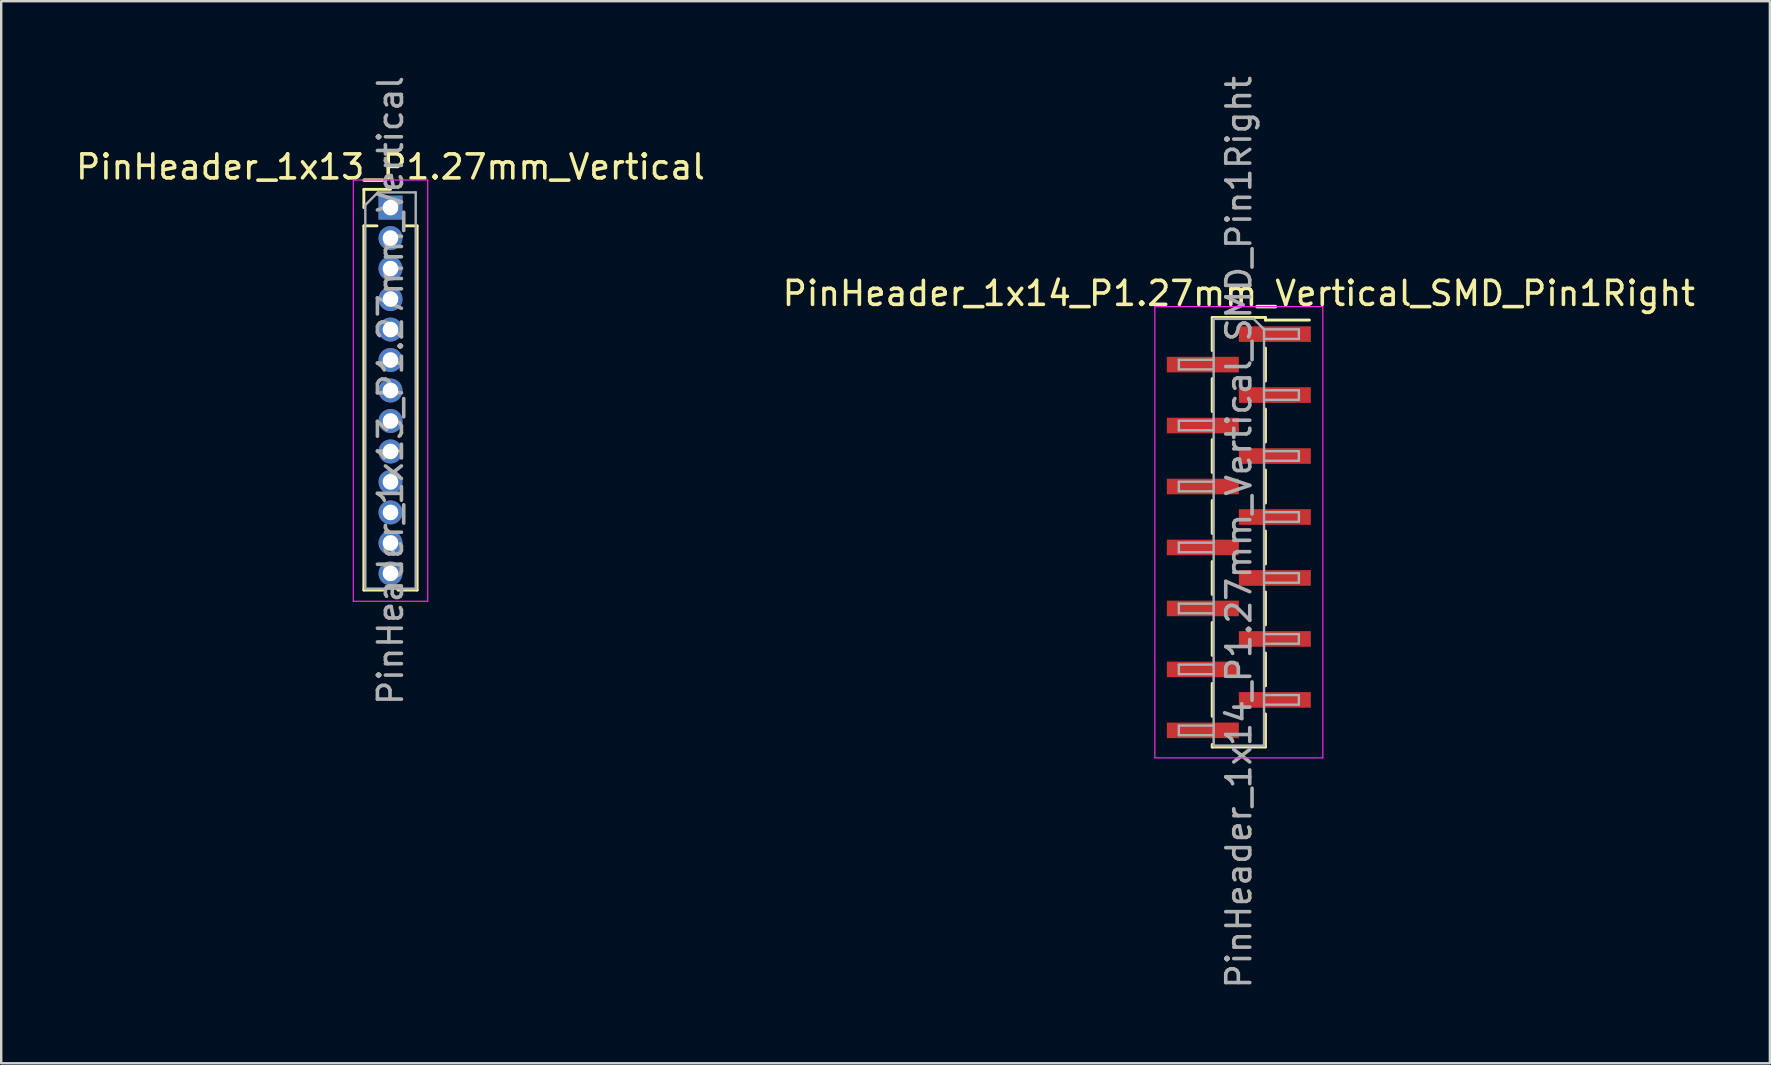
<source format=kicad_pcb>
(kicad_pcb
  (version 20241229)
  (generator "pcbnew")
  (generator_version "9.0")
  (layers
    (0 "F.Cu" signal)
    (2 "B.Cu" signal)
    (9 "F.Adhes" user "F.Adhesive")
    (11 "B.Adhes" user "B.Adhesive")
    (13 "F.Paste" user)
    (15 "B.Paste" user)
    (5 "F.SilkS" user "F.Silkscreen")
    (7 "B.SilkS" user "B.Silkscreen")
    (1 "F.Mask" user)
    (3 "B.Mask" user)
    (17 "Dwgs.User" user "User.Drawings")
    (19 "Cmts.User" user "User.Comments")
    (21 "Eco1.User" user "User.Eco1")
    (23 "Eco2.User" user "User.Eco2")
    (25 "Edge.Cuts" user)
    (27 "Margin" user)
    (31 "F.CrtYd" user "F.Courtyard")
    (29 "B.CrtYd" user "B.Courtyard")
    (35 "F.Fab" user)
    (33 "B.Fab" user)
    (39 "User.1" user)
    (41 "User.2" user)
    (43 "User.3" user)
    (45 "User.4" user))
  (footprint "PinHeader_1x14_P1.27mm_Vertical_SMD_Pin1Right"
    (layer "F.Cu")
    (at 48.565 19.125)
    (property "Reference" "PinHeader_1x14_P1.27mm_Vertical_SMD_Pin1Right" (at 0 -9.95 0) (layer "F.SilkS") (effects (font (size 1 1) (thickness 0.15))))
    (attr smd)
    (fp_line (start -1.11 -8.95) (end 1.11 -8.95) (stroke (width 0.12) (type solid)) (layer "F.SilkS"))
    (fp_line (start -1.11 -8.94) (end -1.11 -7.57) (stroke (width 0.12) (type solid)) (layer "F.SilkS"))
    (fp_line (start -1.11 -6.4) (end -1.11 -5.03) (stroke (width 0.12) (type solid)) (layer "F.SilkS"))
    (fp_line (start -1.11 -3.86) (end -1.11 -2.49) (stroke (width 0.12) (type solid)) (layer "F.SilkS"))
    (fp_line (start -1.11 -1.32) (end -1.11 0.05) (stroke (width 0.12) (type solid)) (layer "F.SilkS"))
    (fp_line (start -1.11 1.22) (end -1.11 2.59) (stroke (width 0.12) (type solid)) (layer "F.SilkS"))
    (fp_line (start -1.11 3.76) (end -1.11 5.13) (stroke (width 0.12) (type solid)) (layer "F.SilkS"))
    (fp_line (start -1.11 6.3) (end -1.11 7.67) (stroke (width 0.12) (type solid)) (layer "F.SilkS"))
    (fp_line (start -1.11 8.84) (end -1.11 8.95) (stroke (width 0.12) (type solid)) (layer "F.SilkS"))
    (fp_line (start -1.11 8.95) (end 1.11 8.95) (stroke (width 0.12) (type solid)) (layer "F.SilkS"))
    (fp_line (start 1.11 -8.95) (end 1.11 -8.84) (stroke (width 0.12) (type solid)) (layer "F.SilkS"))
    (fp_line (start 1.11 -8.84) (end 2.94 -8.84) (stroke (width 0.12) (type solid)) (layer "F.SilkS"))
    (fp_line (start 1.11 -7.67) (end 1.11 -6.3) (stroke (width 0.12) (type solid)) (layer "F.SilkS"))
    (fp_line (start 1.11 -5.13) (end 1.11 -3.76) (stroke (width 0.12) (type solid)) (layer "F.SilkS"))
    (fp_line (start 1.11 -2.59) (end 1.11 -1.22) (stroke (width 0.12) (type solid)) (layer "F.SilkS"))
    (fp_line (start 1.11 -0.05) (end 1.11 1.32) (stroke (width 0.12) (type solid)) (layer "F.SilkS"))
    (fp_line (start 1.11 2.49) (end 1.11 3.86) (stroke (width 0.12) (type solid)) (layer "F.SilkS"))
    (fp_line (start 1.11 5.03) (end 1.11 6.4) (stroke (width 0.12) (type solid)) (layer "F.SilkS"))
    (fp_line (start 1.11 7.57) (end 1.11 8.94) (stroke (width 0.12) (type solid)) (layer "F.SilkS"))
    (fp_line (start -3.5 -9.4) (end -3.5 9.4) (stroke (width 0.05) (type solid)) (layer "F.CrtYd"))
    (fp_line (start -3.5 9.4) (end 3.5 9.4) (stroke (width 0.05) (type solid)) (layer "F.CrtYd"))
    (fp_line (start 3.5 -9.4) (end -3.5 -9.4) (stroke (width 0.05) (type solid)) (layer "F.CrtYd"))
    (fp_line (start 3.5 9.4) (end 3.5 -9.4) (stroke (width 0.05) (type solid)) (layer "F.CrtYd"))
    (fp_line (start -2.5 -7.185) (end -2.5 -6.785) (stroke (width 0.1) (type solid)) (layer "F.Fab"))
    (fp_line (start -2.5 -6.785) (end -1.05 -6.785) (stroke (width 0.1) (type solid)) (layer "F.Fab"))
    (fp_line (start -2.5 -4.645) (end -2.5 -4.245) (stroke (width 0.1) (type solid)) (layer "F.Fab"))
    (fp_line (start -2.5 -4.245) (end -1.05 -4.245) (stroke (width 0.1) (type solid)) (layer "F.Fab"))
    (fp_line (start -2.5 -2.105) (end -2.5 -1.705) (stroke (width 0.1) (type solid)) (layer "F.Fab"))
    (fp_line (start -2.5 -1.705) (end -1.05 -1.705) (stroke (width 0.1) (type solid)) (layer "F.Fab"))
    (fp_line (start -2.5 0.435) (end -2.5 0.835) (stroke (width 0.1) (type solid)) (layer "F.Fab"))
    (fp_line (start -2.5 0.835) (end -1.05 0.835) (stroke (width 0.1) (type solid)) (layer "F.Fab"))
    (fp_line (start -2.5 2.975) (end -2.5 3.375) (stroke (width 0.1) (type solid)) (layer "F.Fab"))
    (fp_line (start -2.5 3.375) (end -1.05 3.375) (stroke (width 0.1) (type solid)) (layer "F.Fab"))
    (fp_line (start -2.5 5.515) (end -2.5 5.915) (stroke (width 0.1) (type solid)) (layer "F.Fab"))
    (fp_line (start -2.5 5.915) (end -1.05 5.915) (stroke (width 0.1) (type solid)) (layer "F.Fab"))
    (fp_line (start -2.5 8.055) (end -2.5 8.455) (stroke (width 0.1) (type solid)) (layer "F.Fab"))
    (fp_line (start -2.5 8.455) (end -1.05 8.455) (stroke (width 0.1) (type solid)) (layer "F.Fab"))
    (fp_line (start -1.05 -8.89) (end -1.05 8.89) (stroke (width 0.1) (type solid)) (layer "F.Fab"))
    (fp_line (start -1.05 -8.89) (end 0.615 -8.89) (stroke (width 0.1) (type solid)) (layer "F.Fab"))
    (fp_line (start -1.05 -7.185) (end -2.5 -7.185) (stroke (width 0.1) (type solid)) (layer "F.Fab"))
    (fp_line (start -1.05 -4.645) (end -2.5 -4.645) (stroke (width 0.1) (type solid)) (layer "F.Fab"))
    (fp_line (start -1.05 -2.105) (end -2.5 -2.105) (stroke (width 0.1) (type solid)) (layer "F.Fab"))
    (fp_line (start -1.05 0.435) (end -2.5 0.435) (stroke (width 0.1) (type solid)) (layer "F.Fab"))
    (fp_line (start -1.05 2.975) (end -2.5 2.975) (stroke (width 0.1) (type solid)) (layer "F.Fab"))
    (fp_line (start -1.05 5.515) (end -2.5 5.515) (stroke (width 0.1) (type solid)) (layer "F.Fab"))
    (fp_line (start -1.05 8.055) (end -2.5 8.055) (stroke (width 0.1) (type solid)) (layer "F.Fab"))
    (fp_line (start 1.05 -8.455) (end 0.615 -8.89) (stroke (width 0.1) (type solid)) (layer "F.Fab"))
    (fp_line (start 1.05 -8.455) (end 2.5 -8.455) (stroke (width 0.1) (type solid)) (layer "F.Fab"))
    (fp_line (start 1.05 -5.915) (end 2.5 -5.915) (stroke (width 0.1) (type solid)) (layer "F.Fab"))
    (fp_line (start 1.05 -3.375) (end 2.5 -3.375) (stroke (width 0.1) (type solid)) (layer "F.Fab"))
    (fp_line (start 1.05 -0.835) (end 2.5 -0.835) (stroke (width 0.1) (type solid)) (layer "F.Fab"))
    (fp_line (start 1.05 1.705) (end 2.5 1.705) (stroke (width 0.1) (type solid)) (layer "F.Fab"))
    (fp_line (start 1.05 4.245) (end 2.5 4.245) (stroke (width 0.1) (type solid)) (layer "F.Fab"))
    (fp_line (start 1.05 6.785) (end 2.5 6.785) (stroke (width 0.1) (type solid)) (layer "F.Fab"))
    (fp_line (start 1.05 8.89) (end -1.05 8.89) (stroke (width 0.1) (type solid)) (layer "F.Fab"))
    (fp_line (start 1.05 8.89) (end 1.05 -8.455) (stroke (width 0.1) (type solid)) (layer "F.Fab"))
    (fp_line (start 2.5 -8.455) (end 2.5 -8.055) (stroke (width 0.1) (type solid)) (layer "F.Fab"))
    (fp_line (start 2.5 -8.055) (end 1.05 -8.055) (stroke (width 0.1) (type solid)) (layer "F.Fab"))
    (fp_line (start 2.5 -5.915) (end 2.5 -5.515) (stroke (width 0.1) (type solid)) (layer "F.Fab"))
    (fp_line (start 2.5 -5.515) (end 1.05 -5.515) (stroke (width 0.1) (type solid)) (layer "F.Fab"))
    (fp_line (start 2.5 -3.375) (end 2.5 -2.975) (stroke (width 0.1) (type solid)) (layer "F.Fab"))
    (fp_line (start 2.5 -2.975) (end 1.05 -2.975) (stroke (width 0.1) (type solid)) (layer "F.Fab"))
    (fp_line (start 2.5 -0.835) (end 2.5 -0.435) (stroke (width 0.1) (type solid)) (layer "F.Fab"))
    (fp_line (start 2.5 -0.435) (end 1.05 -0.435) (stroke (width 0.1) (type solid)) (layer "F.Fab"))
    (fp_line (start 2.5 1.705) (end 2.5 2.105) (stroke (width 0.1) (type solid)) (layer "F.Fab"))
    (fp_line (start 2.5 2.105) (end 1.05 2.105) (stroke (width 0.1) (type solid)) (layer "F.Fab"))
    (fp_line (start 2.5 4.245) (end 2.5 4.645) (stroke (width 0.1) (type solid)) (layer "F.Fab"))
    (fp_line (start 2.5 4.645) (end 1.05 4.645) (stroke (width 0.1) (type solid)) (layer "F.Fab"))
    (fp_line (start 2.5 6.785) (end 2.5 7.185) (stroke (width 0.1) (type solid)) (layer "F.Fab"))
    (fp_line (start 2.5 7.185) (end 1.05 7.185) (stroke (width 0.1) (type solid)) (layer "F.Fab"))
    (fp_text user "${REFERENCE}" (at 0 0 90) (layer "F.Fab") (effects (font (size 1 1) (thickness 0.15))))
    (pad "1" smd rect (at 1.5 -8.255) (size 3 0.65) (layers "F.Cu" "F.Mask" "F.Paste"))
    (pad "2" smd rect (at -1.5 -6.985) (size 3 0.65) (layers "F.Cu" "F.Mask" "F.Paste"))
    (pad "3" smd rect (at 1.5 -5.715) (size 3 0.65) (layers "F.Cu" "F.Mask" "F.Paste"))
    (pad "4" smd rect (at -1.5 -4.445) (size 3 0.65) (layers "F.Cu" "F.Mask" "F.Paste"))
    (pad "5" smd rect (at 1.5 -3.175) (size 3 0.65) (layers "F.Cu" "F.Mask" "F.Paste"))
    (pad "6" smd rect (at -1.5 -1.905) (size 3 0.65) (layers "F.Cu" "F.Mask" "F.Paste"))
    (pad "7" smd rect (at 1.5 -0.635) (size 3 0.65) (layers "F.Cu" "F.Mask" "F.Paste"))
    (pad "8" smd rect (at -1.5 0.635) (size 3 0.65) (layers "F.Cu" "F.Mask" "F.Paste"))
    (pad "9" smd rect (at 1.5 1.905) (size 3 0.65) (layers "F.Cu" "F.Mask" "F.Paste"))
    (pad "10" smd rect (at -1.5 3.175) (size 3 0.65) (layers "F.Cu" "F.Mask" "F.Paste"))
    (pad "11" smd rect (at 1.5 4.445) (size 3 0.65) (layers "F.Cu" "F.Mask" "F.Paste"))
    (pad "12" smd rect (at -1.5 5.715) (size 3 0.65) (layers "F.Cu" "F.Mask" "F.Paste"))
    (pad "13" smd rect (at 1.5 6.985) (size 3 0.65) (layers "F.Cu" "F.Mask" "F.Paste"))
    (pad "14" smd rect (at -1.5 8.255) (size 3 0.65) (layers "F.Cu" "F.Mask" "F.Paste")))
  (footprint "PinHeader_1x13_P1.27mm_Vertical"
    (layer "F.Cu")
    (at 13.22 5.6)
    (property "Reference" "PinHeader_1x13_P1.27mm_Vertical" (at 0 -1.695 0) (layer "F.SilkS") (effects (font (size 1 1) (thickness 0.15))))
    (attr through_hole)
    (fp_line (start -1.11 -0.76) (end 0 -0.76) (stroke (width 0.12) (type solid)) (layer "F.SilkS"))
    (fp_line (start -1.11 0) (end -1.11 -0.76) (stroke (width 0.12) (type solid)) (layer "F.SilkS"))
    (fp_line (start -1.11 0.76) (end -1.11 15.935) (stroke (width 0.12) (type solid)) (layer "F.SilkS"))
    (fp_line (start -1.11 0.76) (end -0.563 0.76) (stroke (width 0.12) (type solid)) (layer "F.SilkS"))
    (fp_line (start -1.11 15.935) (end -0.308 15.935) (stroke (width 0.12) (type solid)) (layer "F.SilkS"))
    (fp_line (start 0.308 15.935) (end 1.11 15.935) (stroke (width 0.12) (type solid)) (layer "F.SilkS"))
    (fp_line (start 0.563 0.76) (end 1.11 0.76) (stroke (width 0.12) (type solid)) (layer "F.SilkS"))
    (fp_line (start 1.11 0.76) (end 1.11 15.935) (stroke (width 0.12) (type solid)) (layer "F.SilkS"))
    (fp_line (start -1.55 -1.15) (end -1.55 16.4) (stroke (width 0.05) (type solid)) (layer "F.CrtYd"))
    (fp_line (start -1.55 16.4) (end 1.55 16.4) (stroke (width 0.05) (type solid)) (layer "F.CrtYd"))
    (fp_line (start 1.55 -1.15) (end -1.55 -1.15) (stroke (width 0.05) (type solid)) (layer "F.CrtYd"))
    (fp_line (start 1.55 16.4) (end 1.55 -1.15) (stroke (width 0.05) (type solid)) (layer "F.CrtYd"))
    (fp_line (start -1.05 -0.11) (end -0.525 -0.635) (stroke (width 0.1) (type solid)) (layer "F.Fab"))
    (fp_line (start -1.05 15.875) (end -1.05 -0.11) (stroke (width 0.1) (type solid)) (layer "F.Fab"))
    (fp_line (start -0.525 -0.635) (end 1.05 -0.635) (stroke (width 0.1) (type solid)) (layer "F.Fab"))
    (fp_line (start 1.05 -0.635) (end 1.05 15.875) (stroke (width 0.1) (type solid)) (layer "F.Fab"))
    (fp_line (start 1.05 15.875) (end -1.05 15.875) (stroke (width 0.1) (type solid)) (layer "F.Fab"))
    (fp_text user "${REFERENCE}" (at 0 7.62 90) (layer "F.Fab") (effects (font (size 1 1) (thickness 0.15))))
    (pad "1" thru_hole rect (at 0 0) (size 1 1) (drill 0.65) (layers "*.Cu" "*.Mask"))
    (pad "2" thru_hole oval (at 0 1.27) (size 1 1) (drill 0.65) (layers "*.Cu" "*.Mask"))
    (pad "3" thru_hole oval (at 0 2.54) (size 1 1) (drill 0.65) (layers "*.Cu" "*.Mask"))
    (pad "4" thru_hole oval (at 0 3.81) (size 1 1) (drill 0.65) (layers "*.Cu" "*.Mask"))
    (pad "5" thru_hole oval (at 0 5.08) (size 1 1) (drill 0.65) (layers "*.Cu" "*.Mask"))
    (pad "6" thru_hole oval (at 0 6.35) (size 1 1) (drill 0.65) (layers "*.Cu" "*.Mask"))
    (pad "7" thru_hole oval (at 0 7.62) (size 1 1) (drill 0.65) (layers "*.Cu" "*.Mask"))
    (pad "8" thru_hole oval (at 0 8.89) (size 1 1) (drill 0.65) (layers "*.Cu" "*.Mask"))
    (pad "9" thru_hole oval (at 0 10.16) (size 1 1) (drill 0.65) (layers "*.Cu" "*.Mask"))
    (pad "10" thru_hole oval (at 0 11.43) (size 1 1) (drill 0.65) (layers "*.Cu" "*.Mask"))
    (pad "11" thru_hole oval (at 0 12.7) (size 1 1) (drill 0.65) (layers "*.Cu" "*.Mask"))
    (pad "12" thru_hole oval (at 0 13.97) (size 1 1) (drill 0.65) (layers "*.Cu" "*.Mask"))
    (pad "13" thru_hole oval (at 0 15.24) (size 1 1) (drill 0.65) (layers "*.Cu" "*.Mask")))
  (gr_rect
    (start -3 -3)
    (end 70.69 41.25)
    (stroke (width 0.1) (type default))
    (fill no)
    (layer "Edge.Cuts")))
</source>
